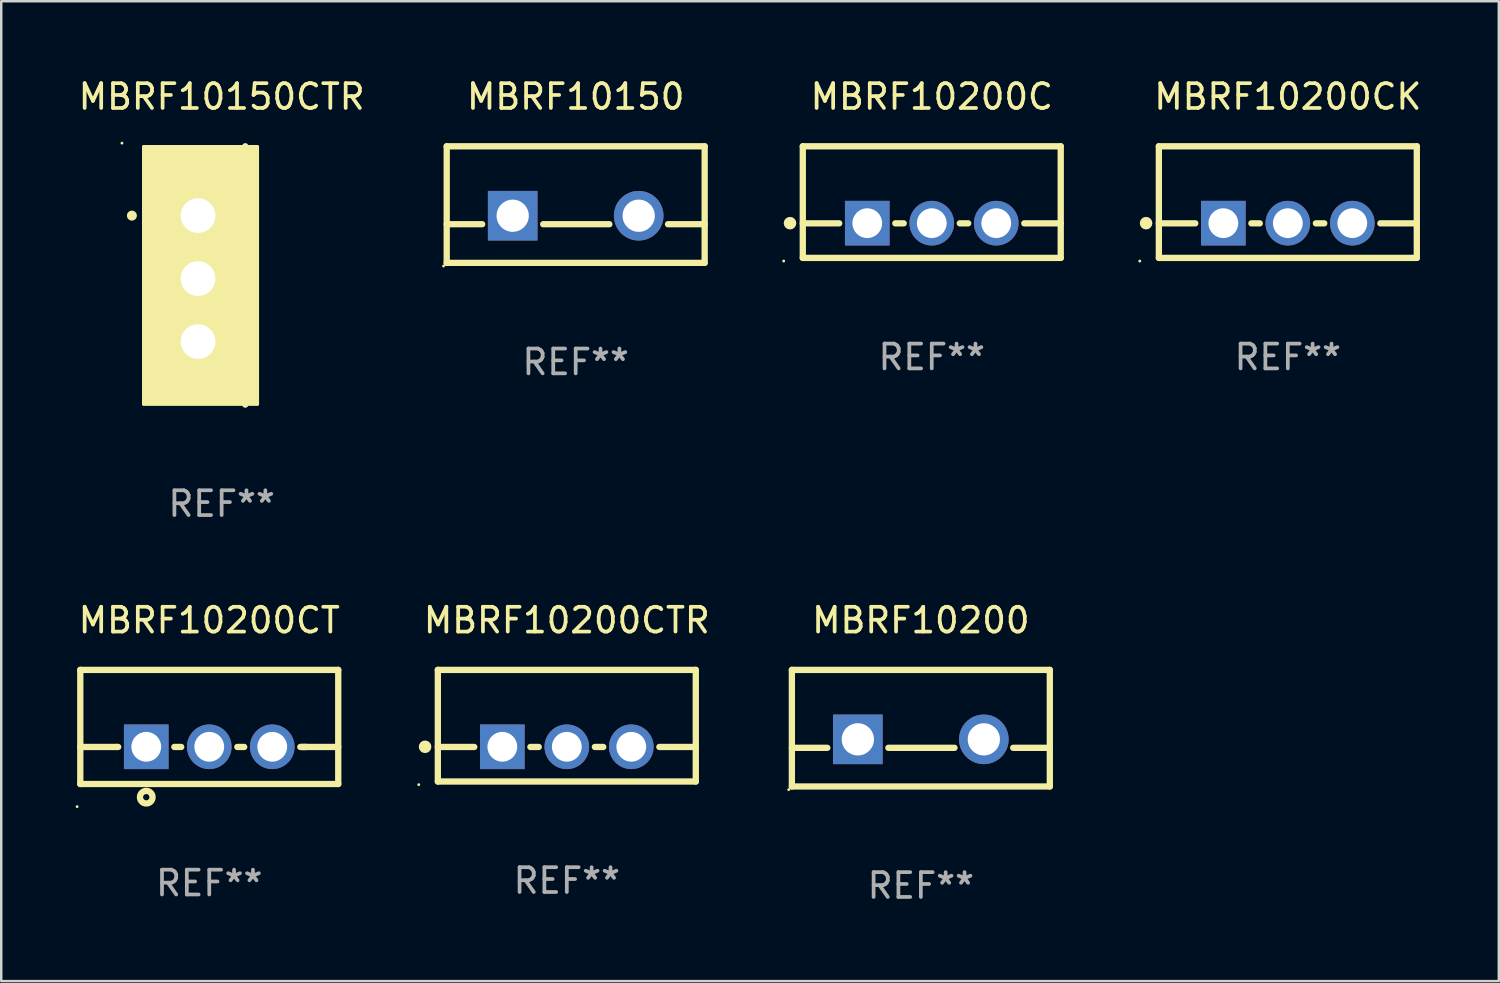
<source format=kicad_pcb>
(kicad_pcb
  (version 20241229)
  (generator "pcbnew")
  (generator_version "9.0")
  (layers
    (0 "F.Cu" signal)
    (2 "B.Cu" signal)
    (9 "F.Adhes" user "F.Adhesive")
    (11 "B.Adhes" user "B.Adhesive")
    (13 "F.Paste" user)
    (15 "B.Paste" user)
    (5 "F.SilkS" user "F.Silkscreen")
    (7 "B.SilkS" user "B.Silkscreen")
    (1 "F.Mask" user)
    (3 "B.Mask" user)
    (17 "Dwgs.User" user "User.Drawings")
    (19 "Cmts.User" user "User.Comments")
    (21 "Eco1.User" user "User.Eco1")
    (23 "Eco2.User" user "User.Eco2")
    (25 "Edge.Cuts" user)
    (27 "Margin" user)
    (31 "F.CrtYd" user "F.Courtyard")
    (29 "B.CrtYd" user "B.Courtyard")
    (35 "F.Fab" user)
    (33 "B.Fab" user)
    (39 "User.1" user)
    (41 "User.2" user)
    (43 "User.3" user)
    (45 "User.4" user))
  (footprint "MBRF10200C"
    (layer "F.Cu")
    (at 34.517 5.098)
    (property "Reference" "MBRF10200C" (at 0 -4.25 0) (layer "F.SilkS") (effects (font (size 1 1) (thickness 0.15))))
    (attr through_hole)
    (fp_line (start -5.2 -2.25) (end -5.2 2.25) (stroke (width 0.254) (type solid)) (layer "F.SilkS"))
    (fp_line (start -5.2 -2.25) (end 5.2 -2.25) (stroke (width 0.254) (type solid)) (layer "F.SilkS"))
    (fp_line (start -5.2 0.857) (end -3.731 0.857) (stroke (width 0.254) (type solid)) (layer "F.SilkS"))
    (fp_line (start -5.2 2.25) (end 5.2 2.25) (stroke (width 0.254) (type solid)) (layer "F.SilkS"))
    (fp_line (start -1.469 0.857) (end -1.131 0.857) (stroke (width 0.254) (type solid)) (layer "F.SilkS"))
    (fp_line (start 1.131 0.857) (end 1.469 0.857) (stroke (width 0.254) (type solid)) (layer "F.SilkS"))
    (fp_line (start 3.731 0.857) (end 5.2 0.857) (stroke (width 0.254) (type solid)) (layer "F.SilkS"))
    (fp_line (start 5.2 -2.25) (end 5.2 2.25) (stroke (width 0.254) (type solid)) (layer "F.SilkS"))
    (fp_circle (center -5.969 2.377) (end -5.939 2.377) (stroke (width 0.06) (type solid)) (fill no) (layer "F.SilkS"))
    (fp_circle (center -5.715 0.85) (end -5.588 0.85) (stroke (width 0.254) (type solid)) (fill no) (layer "F.SilkS"))
    (fp_text user "REF**" (at 0 6.25 0) (layer "F.Fab") (effects (font (size 1 1) (thickness 0.15))))
    (pad "1" thru_hole rect (at -2.6 0.85) (size 1.8 1.8) (drill 1.2) (layers "*.Cu" "*.Mask"))
    (pad "2" thru_hole circle (at 0 0.85) (size 1.8 1.8) (drill 1.2) (layers "*.Cu" "*.Mask"))
    (pad "3" thru_hole circle (at 2.6 0.85) (size 1.8 1.8) (drill 1.2) (layers "*.Cu" "*.Mask")))
  (footprint "MBRF10200"
    (layer "F.Cu")
    (at 34.077 26.309)
    (property "Reference" "MBRF10200" (at 0 -4.35 0) (layer "F.SilkS") (effects (font (size 1 1) (thickness 0.15))))
    (attr through_hole)
    (fp_line (start -5.2 -2.35) (end -5.2 2.35) (stroke (width 0.254) (type solid)) (layer "F.SilkS"))
    (fp_line (start -5.2 -2.35) (end 5.2 -2.35) (stroke (width 0.254) (type solid)) (layer "F.SilkS"))
    (fp_line (start -5.2 0.792) (end -3.771 0.792) (stroke (width 0.254) (type solid)) (layer "F.SilkS"))
    (fp_line (start -5.2 2.35) (end 5.2 2.35) (stroke (width 0.254) (type solid)) (layer "F.SilkS"))
    (fp_line (start -1.309 0.792) (end 1.357 0.792) (stroke (width 0.254) (type solid)) (layer "F.SilkS"))
    (fp_line (start 3.723 0.792) (end 5.2 0.792) (stroke (width 0.254) (type solid)) (layer "F.SilkS"))
    (fp_line (start 5.2 -2.35) (end 5.2 2.35) (stroke (width 0.254) (type solid)) (layer "F.SilkS"))
    (fp_circle (center -5.327 2.477) (end -5.297 2.477) (stroke (width 0.06) (type solid)) (fill no) (layer "F.SilkS"))
    (fp_text user "REF**" (at 0 6.35 0) (layer "F.Fab") (effects (font (size 1 1) (thickness 0.15))))
    (pad "1" thru_hole rect (at -2.54 0.45) (size 2 2) (drill 1.3) (layers "*.Cu" "*.Mask"))
    (pad "2" thru_hole circle (at 2.54 0.45) (size 2 2) (drill 1.3) (layers "*.Cu" "*.Mask")))
  (footprint "MBRF10150"
    (layer "F.Cu")
    (at 20.161 5.198)
    (property "Reference" "MBRF10150" (at 0 -4.35 0) (layer "F.SilkS") (effects (font (size 1 1) (thickness 0.15))))
    (attr through_hole)
    (fp_line (start -5.2 -2.35) (end -5.2 2.35) (stroke (width 0.254) (type solid)) (layer "F.SilkS"))
    (fp_line (start -5.2 -2.35) (end 5.2 -2.35) (stroke (width 0.254) (type solid)) (layer "F.SilkS"))
    (fp_line (start -5.2 0.792) (end -3.771 0.792) (stroke (width 0.254) (type solid)) (layer "F.SilkS"))
    (fp_line (start -5.2 2.35) (end 5.2 2.35) (stroke (width 0.254) (type solid)) (layer "F.SilkS"))
    (fp_line (start -1.309 0.792) (end 1.357 0.792) (stroke (width 0.254) (type solid)) (layer "F.SilkS"))
    (fp_line (start 3.723 0.792) (end 5.2 0.792) (stroke (width 0.254) (type solid)) (layer "F.SilkS"))
    (fp_line (start 5.2 -2.35) (end 5.2 2.35) (stroke (width 0.254) (type solid)) (layer "F.SilkS"))
    (fp_circle (center -5.327 2.477) (end -5.297 2.477) (stroke (width 0.06) (type solid)) (fill no) (layer "F.SilkS"))
    (fp_text user "REF**" (at 0 6.35 0) (layer "F.Fab") (effects (font (size 1 1) (thickness 0.15))))
    (pad "1" thru_hole rect (at -2.54 0.45) (size 2 2) (drill 1.3) (layers "*.Cu" "*.Mask"))
    (pad "2" thru_hole circle (at 2.54 0.45) (size 2 2) (drill 1.3) (layers "*.Cu" "*.Mask")))
  (footprint "MBRF10200CT"
    (layer "F.Cu")
    (at 5.387 26.259)
    (property "Reference" "MBRF10200CT" (at 0 -4.3 0) (layer "F.SilkS") (effects (font (size 1 1) (thickness 0.15))))
    (attr through_hole)
    (fp_line (start -5.2 -2.3) (end -5.2 2.3) (stroke (width 0.254) (type solid)) (layer "F.SilkS"))
    (fp_line (start -5.2 -2.3) (end 5.2 -2.3) (stroke (width 0.254) (type solid)) (layer "F.SilkS"))
    (fp_line (start -5.2 0.807) (end -3.731 0.807) (stroke (width 0.254) (type solid)) (layer "F.SilkS"))
    (fp_line (start -5.2 2.3) (end 5.2 2.3) (stroke (width 0.254) (type solid)) (layer "F.SilkS"))
    (fp_line (start -3.731 0.807) (end -3.671 0.807) (stroke (width 0.254) (type solid)) (layer "F.SilkS"))
    (fp_line (start -1.409 0.807) (end -1.131 0.807) (stroke (width 0.254) (type solid)) (layer "F.SilkS"))
    (fp_line (start 1.131 0.807) (end 1.409 0.807) (stroke (width 0.254) (type solid)) (layer "F.SilkS"))
    (fp_line (start 3.671 0.807) (end 3.926 0.807) (stroke (width 0.254) (type solid)) (layer "F.SilkS"))
    (fp_line (start 3.731 0.807) (end 5.2 0.807) (stroke (width 0.254) (type solid)) (layer "F.SilkS"))
    (fp_line (start 5.2 -2.3) (end 5.2 2.3) (stroke (width 0.254) (type solid)) (layer "F.SilkS"))
    (fp_circle (center -5.327 3.213) (end -5.297 3.213) (stroke (width 0.06) (type solid)) (fill no) (layer "F.SilkS"))
    (fp_circle (center -2.54 2.832) (end -2.286 2.832) (stroke (width 0.254) (type solid)) (fill no) (layer "F.SilkS"))
    (fp_text user "REF**" (at 0 6.3 0) (layer "F.Fab") (effects (font (size 1 1) (thickness 0.15))))
    (pad "1" thru_hole rect (at -2.54 0.8) (size 1.8 1.8) (drill 1.2) (layers "*.Cu" "*.Mask"))
    (pad "2" thru_hole circle (at 0 0.8) (size 1.8 1.8) (drill 1.2) (layers "*.Cu" "*.Mask"))
    (pad "3" thru_hole circle (at 2.54 0.8) (size 1.8 1.8) (drill 1.2) (layers "*.Cu" "*.Mask")))
  (footprint "MBRF10150CTR"
    (layer "F.Cu")
    (at 5.887 8.055)
    (property "Reference" "MBRF10150CTR" (at 0 -7.207 0) (layer "F.SilkS") (effects (font (size 1 1) (thickness 0.15))))
    (attr through_hole)
    (fp_line (start 0.953 5.207) (end 0.953 -5.207) (stroke (width 0.254) (type solid)) (layer "F.SilkS"))
    (fp_arc (start -3.619507 -2.410465) (mid -3.619511 -2.411735) (end -3.619507 -2.413005) (stroke (width 0.4) (type solid)) (layer "F.SilkS"))
    (fp_circle (center -4.02 -5.334) (end -3.99 -5.334) (stroke (width 0.06) (type solid)) (fill no) (layer "F.SilkS"))
    (fp_poly (pts (xy -3.152 -5.2) (xy 1.448 -5.2) (xy 1.448 5.2) (xy -3.152 5.2)) (stroke (width 0.12) (type solid)) (fill yes) (layer "F.SilkS"))
    (fp_text user "REF**" (at 0 9.207 0) (layer "F.Fab") (effects (font (size 1 1) (thickness 0.15))))
    (pad "1" thru_hole rect (at -0.953 -2.413 270) (size 2 2.5) (drill 1.4) (layers "*.Cu" "*.Mask"))
    (pad "2" thru_hole oval (at -0.953 0.127 270) (size 2 2.5) (drill 1.4) (layers "*.Cu" "*.Mask"))
    (pad "3" thru_hole oval (at -0.953 2.667 270) (size 2 2.5) (drill 1.4) (layers "*.Cu" "*.Mask")))
  (footprint "MBRF10200CK"
    (layer "F.Cu")
    (at 48.873 5.098)
    (property "Reference" "MBRF10200CK" (at 0 -4.25 0) (layer "F.SilkS") (effects (font (size 1 1) (thickness 0.15))))
    (attr through_hole)
    (fp_line (start -5.2 -2.25) (end -5.2 2.25) (stroke (width 0.254) (type solid)) (layer "F.SilkS"))
    (fp_line (start -5.2 -2.25) (end 5.2 -2.25) (stroke (width 0.254) (type solid)) (layer "F.SilkS"))
    (fp_line (start -5.2 0.857) (end -3.731 0.857) (stroke (width 0.254) (type solid)) (layer "F.SilkS"))
    (fp_line (start -5.2 2.25) (end 5.2 2.25) (stroke (width 0.254) (type solid)) (layer "F.SilkS"))
    (fp_line (start -1.469 0.857) (end -1.131 0.857) (stroke (width 0.254) (type solid)) (layer "F.SilkS"))
    (fp_line (start 1.131 0.857) (end 1.469 0.857) (stroke (width 0.254) (type solid)) (layer "F.SilkS"))
    (fp_line (start 3.731 0.857) (end 5.2 0.857) (stroke (width 0.254) (type solid)) (layer "F.SilkS"))
    (fp_line (start 5.2 -2.25) (end 5.2 2.25) (stroke (width 0.254) (type solid)) (layer "F.SilkS"))
    (fp_circle (center -5.969 2.377) (end -5.939 2.377) (stroke (width 0.06) (type solid)) (fill no) (layer "F.SilkS"))
    (fp_circle (center -5.715 0.85) (end -5.588 0.85) (stroke (width 0.254) (type solid)) (fill no) (layer "F.SilkS"))
    (fp_text user "REF**" (at 0 6.25 0) (layer "F.Fab") (effects (font (size 1 1) (thickness 0.15))))
    (pad "1" thru_hole rect (at -2.6 0.85) (size 1.8 1.8) (drill 1.2) (layers "*.Cu" "*.Mask"))
    (pad "2" thru_hole circle (at 0 0.85) (size 1.8 1.8) (drill 1.2) (layers "*.Cu" "*.Mask"))
    (pad "3" thru_hole circle (at 2.6 0.85) (size 1.8 1.8) (drill 1.2) (layers "*.Cu" "*.Mask")))
  (footprint "MBRF10200CTR"
    (layer "F.Cu")
    (at 19.803 26.209)
    (property "Reference" "MBRF10200CTR" (at 0 -4.25 0) (layer "F.SilkS") (effects (font (size 1 1) (thickness 0.15))))
    (attr through_hole)
    (fp_line (start -5.2 -2.25) (end -5.2 2.25) (stroke (width 0.254) (type solid)) (layer "F.SilkS"))
    (fp_line (start -5.2 -2.25) (end 5.2 -2.25) (stroke (width 0.254) (type solid)) (layer "F.SilkS"))
    (fp_line (start -5.2 0.857) (end -3.731 0.857) (stroke (width 0.254) (type solid)) (layer "F.SilkS"))
    (fp_line (start -5.2 2.25) (end 5.2 2.25) (stroke (width 0.254) (type solid)) (layer "F.SilkS"))
    (fp_line (start -1.469 0.857) (end -1.131 0.857) (stroke (width 0.254) (type solid)) (layer "F.SilkS"))
    (fp_line (start 1.131 0.857) (end 1.469 0.857) (stroke (width 0.254) (type solid)) (layer "F.SilkS"))
    (fp_line (start 3.731 0.857) (end 5.2 0.857) (stroke (width 0.254) (type solid)) (layer "F.SilkS"))
    (fp_line (start 5.2 -2.25) (end 5.2 2.25) (stroke (width 0.254) (type solid)) (layer "F.SilkS"))
    (fp_circle (center -5.969 2.377) (end -5.939 2.377) (stroke (width 0.06) (type solid)) (fill no) (layer "F.SilkS"))
    (fp_circle (center -5.715 0.85) (end -5.588 0.85) (stroke (width 0.254) (type solid)) (fill no) (layer "F.SilkS"))
    (fp_text user "REF**" (at 0 6.25 0) (layer "F.Fab") (effects (font (size 1 1) (thickness 0.15))))
    (pad "1" thru_hole rect (at -2.6 0.85) (size 1.8 1.8) (drill 1.2) (layers "*.Cu" "*.Mask"))
    (pad "2" thru_hole circle (at 0 0.85) (size 1.8 1.8) (drill 1.2) (layers "*.Cu" "*.Mask"))
    (pad "3" thru_hole circle (at 2.6 0.85) (size 1.8 1.8) (drill 1.2) (layers "*.Cu" "*.Mask")))
  (gr_rect
    (start -3 -3)
    (end 57.379 36.507)
    (stroke (width 0.1) (type default))
    (fill no)
    (layer "Edge.Cuts")))
</source>
